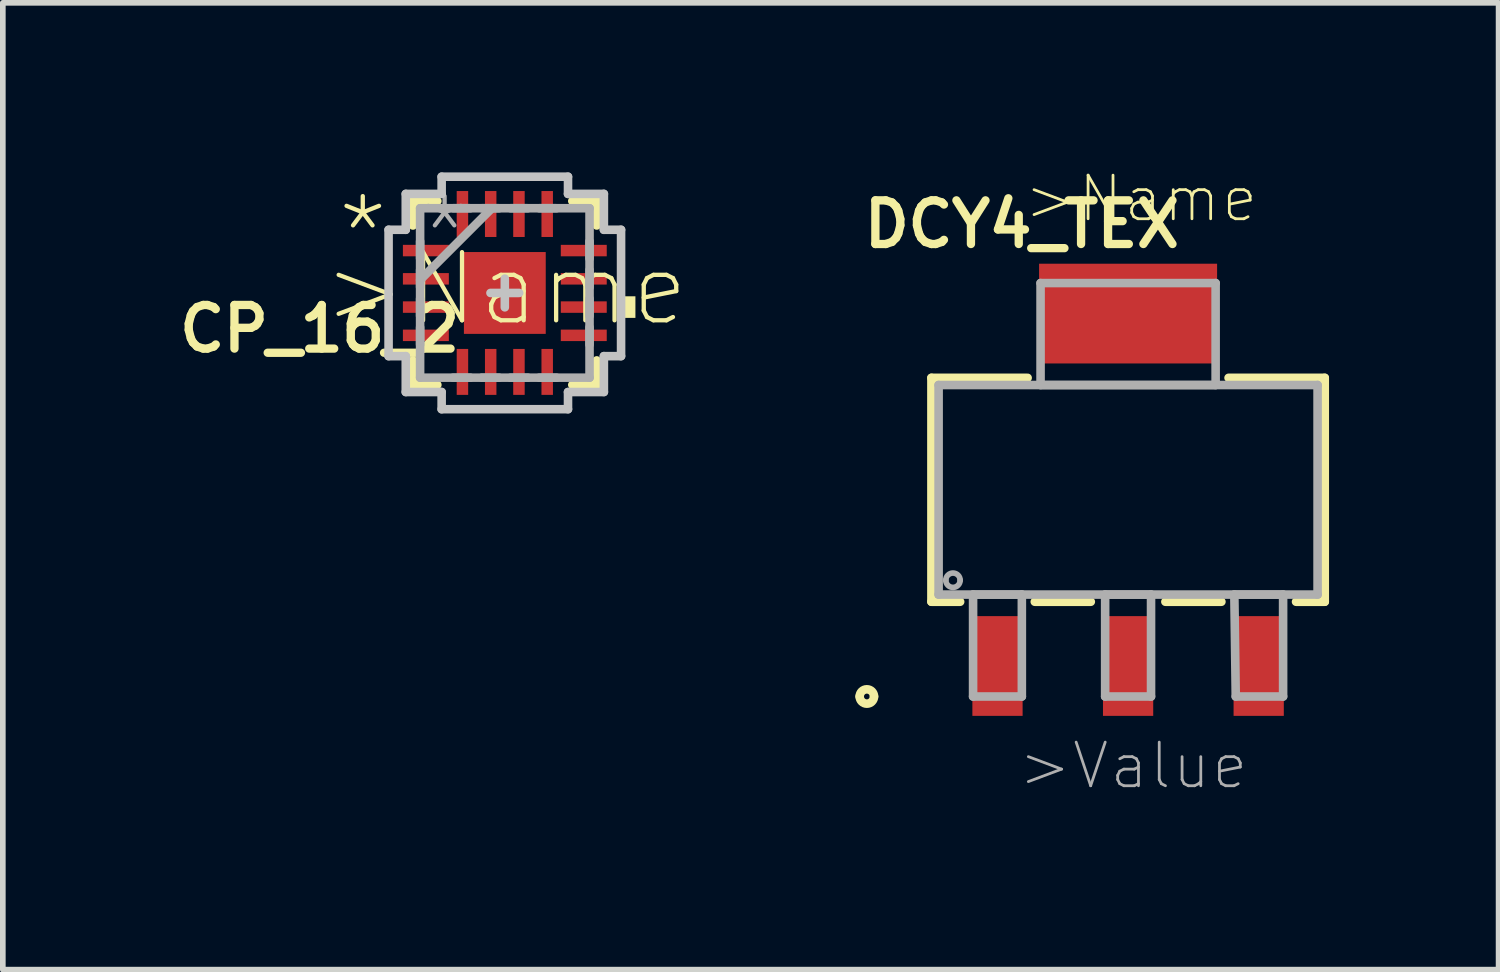
<source format=kicad_pcb>
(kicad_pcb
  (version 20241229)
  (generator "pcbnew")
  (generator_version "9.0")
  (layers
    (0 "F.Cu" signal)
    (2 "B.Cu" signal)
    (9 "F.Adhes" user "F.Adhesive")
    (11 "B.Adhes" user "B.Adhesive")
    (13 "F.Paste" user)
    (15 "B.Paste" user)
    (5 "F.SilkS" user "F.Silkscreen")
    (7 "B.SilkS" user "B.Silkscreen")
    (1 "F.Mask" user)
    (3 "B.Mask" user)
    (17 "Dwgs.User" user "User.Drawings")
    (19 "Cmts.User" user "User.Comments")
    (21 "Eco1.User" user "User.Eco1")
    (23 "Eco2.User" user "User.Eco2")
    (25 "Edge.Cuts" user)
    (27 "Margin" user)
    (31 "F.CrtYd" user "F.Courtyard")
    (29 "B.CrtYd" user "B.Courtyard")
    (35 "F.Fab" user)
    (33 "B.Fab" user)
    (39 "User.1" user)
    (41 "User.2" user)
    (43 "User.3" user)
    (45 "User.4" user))
  (footprint "DCY4_TEX"
    (layer "F.Cu")
    (at 16.912 5.617)
    (property "Reference" "DCY4_TEX" (at -1.88 -4.699 180) (layer "F.SilkS") (effects (font (size 0.772 0.772) (thickness 0.147))))
    (attr through_hole)
    (fp_line (start -3.48 -1.981) (end -3.48 1.981) (stroke (width 0.152) (type solid)) (layer "F.SilkS"))
    (fp_line (start -3.48 1.981) (end -2.972 1.981) (stroke (width 0.152) (type solid)) (layer "F.SilkS"))
    (fp_line (start -1.778 -1.981) (end -3.48 -1.981) (stroke (width 0.152) (type solid)) (layer "F.SilkS"))
    (fp_line (start -1.651 1.981) (end -0.66 1.981) (stroke (width 0.152) (type solid)) (layer "F.SilkS"))
    (fp_line (start 0.66 1.981) (end 1.651 1.981) (stroke (width 0.152) (type solid)) (layer "F.SilkS"))
    (fp_line (start 2.972 1.981) (end 3.48 1.981) (stroke (width 0.152) (type solid)) (layer "F.SilkS"))
    (fp_line (start 3.48 -1.981) (end 1.778 -1.981) (stroke (width 0.152) (type solid)) (layer "F.SilkS"))
    (fp_line (start 3.48 1.981) (end 3.48 -1.981) (stroke (width 0.152) (type solid)) (layer "F.SilkS"))
    (fp_arc (start -4.7498 3.6576) (mid -4.6228 3.5306) (end -4.4958 3.6576) (stroke (width 0.1524) (type solid)) (layer "F.SilkS"))
    (fp_arc (start -4.4958 3.6576) (mid -4.6228 3.7846) (end -4.7498 3.6576) (stroke (width 0.1524) (type solid)) (layer "F.SilkS"))
    (fp_line (start -3.353 -1.854) (end -3.353 1.854) (stroke (width 0.152) (type solid)) (layer "F.Fab"))
    (fp_line (start -3.353 1.854) (end 3.353 1.854) (stroke (width 0.152) (type solid)) (layer "F.Fab"))
    (fp_line (start -2.743 1.854) (end -2.743 3.658) (stroke (width 0.152) (type solid)) (layer "F.Fab"))
    (fp_line (start -2.743 3.658) (end -1.88 3.658) (stroke (width 0.152) (type solid)) (layer "F.Fab"))
    (fp_line (start -1.88 1.854) (end -2.743 1.854) (stroke (width 0.152) (type solid)) (layer "F.Fab"))
    (fp_line (start -1.88 3.658) (end -1.88 1.854) (stroke (width 0.152) (type solid)) (layer "F.Fab"))
    (fp_line (start -1.549 -3.658) (end -1.549 -1.854) (stroke (width 0.152) (type solid)) (layer "F.Fab"))
    (fp_line (start -1.549 -1.854) (end 1.549 -1.854) (stroke (width 0.152) (type solid)) (layer "F.Fab"))
    (fp_line (start -0.406 1.854) (end -0.406 3.658) (stroke (width 0.152) (type solid)) (layer "F.Fab"))
    (fp_line (start -0.406 3.658) (end 0.406 3.658) (stroke (width 0.152) (type solid)) (layer "F.Fab"))
    (fp_line (start 0.406 1.854) (end -0.406 1.854) (stroke (width 0.152) (type solid)) (layer "F.Fab"))
    (fp_line (start 0.406 3.658) (end 0.406 1.854) (stroke (width 0.152) (type solid)) (layer "F.Fab"))
    (fp_line (start 1.549 -3.658) (end -1.549 -3.658) (stroke (width 0.152) (type solid)) (layer "F.Fab"))
    (fp_line (start 1.549 -1.854) (end 1.549 -3.658) (stroke (width 0.152) (type solid)) (layer "F.Fab"))
    (fp_line (start 1.88 1.854) (end 1.905 3.658) (stroke (width 0.152) (type solid)) (layer "F.Fab"))
    (fp_line (start 1.905 3.658) (end 2.743 3.658) (stroke (width 0.152) (type solid)) (layer "F.Fab"))
    (fp_line (start 2.743 1.854) (end 1.88 1.854) (stroke (width 0.152) (type solid)) (layer "F.Fab"))
    (fp_line (start 2.743 3.658) (end 2.743 1.854) (stroke (width 0.152) (type solid)) (layer "F.Fab"))
    (fp_line (start 3.353 -1.854) (end -3.353 -1.854) (stroke (width 0.152) (type solid)) (layer "F.Fab"))
    (fp_line (start 3.353 1.854) (end 3.353 -1.854) (stroke (width 0.152) (type solid)) (layer "F.Fab"))
    (fp_arc (start -3.2258 1.6002) (mid -3.0988 1.4732) (end -2.9718 1.6002) (stroke (width 0.1) (type solid)) (layer "F.Fab"))
    (fp_arc (start -2.9718 1.6002) (mid -3.0988 1.7272) (end -3.2258 1.6002) (stroke (width 0.1) (type solid)) (layer "F.Fab"))
    (fp_text user ">Name" (at -1.88 -4.699 0) (layer "F.SilkS") (effects (font (size 0.772 0.772) (thickness 0.049)) (justify left bottom)))
    (fp_text user ">Value" (at -1.981 5.334 0) (layer "F.Fab") (effects (font (size 0.772 0.772) (thickness 0.049)) (justify left bottom)))
    (pad "1" smd rect (at -2.311 3.118) (size 0.889 1.765) (layers "F.Cu" "F.Mask" "F.Paste"))
    (pad "2" smd rect (at 0 3.118) (size 0.889 1.765) (layers "F.Cu" "F.Mask" "F.Paste"))
    (pad "3" smd rect (at 2.311 3.118) (size 0.889 1.765) (layers "F.Cu" "F.Mask" "F.Paste"))
    (pad "4" smd rect (at 0 -3.118) (size 3.15 1.765) (layers "F.Cu" "F.Mask" "F.Paste")))
  (footprint "CP_16_2"
    (layer "F.Cu")
    (at 5.883 2.134)
    (property "Reference" "CP_16_2" (at -3.277 0.635 0) (layer "F.SilkS") (effects (font (size 0.772 0.772) (thickness 0.147))))
    (attr through_hole)
    (fp_line (start -1.626 -1.626) (end -1.626 -1.194) (stroke (width 0.152) (type solid)) (layer "F.SilkS"))
    (fp_line (start -1.626 1.194) (end -1.626 1.626) (stroke (width 0.152) (type solid)) (layer "F.SilkS"))
    (fp_line (start -1.626 1.626) (end -1.194 1.626) (stroke (width 0.152) (type solid)) (layer "F.SilkS"))
    (fp_line (start -1.194 -1.626) (end -1.626 -1.626) (stroke (width 0.152) (type solid)) (layer "F.SilkS"))
    (fp_line (start 1.194 1.626) (end 1.626 1.626) (stroke (width 0.152) (type solid)) (layer "F.SilkS"))
    (fp_line (start 1.626 -1.626) (end 1.194 -1.626) (stroke (width 0.152) (type solid)) (layer "F.SilkS"))
    (fp_line (start 1.626 -1.194) (end 1.626 -1.626) (stroke (width 0.152) (type solid)) (layer "F.SilkS"))
    (fp_line (start 1.626 1.626) (end 1.626 1.194) (stroke (width 0.152) (type solid)) (layer "F.SilkS"))
    (fp_poly (pts (xy 2.311 0.059) (xy 2.311 0.441) (xy 2.057 0.441) (xy 2.057 0.059)) (stroke (width 0) (type solid)) (fill yes) (layer "F.SilkS"))
    (fp_poly (pts (xy -0.724 -0.724) (xy -0.724 0.724) (xy 0.724 0.724) (xy 0.724 -0.724)) (stroke (width 0) (type solid)) (fill yes) (layer "F.Paste"))
    (fp_line (start -2.057 -1.118) (end -1.753 -1.118) (stroke (width 0.152) (type solid)) (layer "Dwgs.User"))
    (fp_line (start -2.057 1.118) (end -2.057 -1.118) (stroke (width 0.152) (type solid)) (layer "Dwgs.User"))
    (fp_line (start -1.753 -1.753) (end -1.118 -1.753) (stroke (width 0.152) (type solid)) (layer "Dwgs.User"))
    (fp_line (start -1.753 -1.118) (end -1.753 -1.753) (stroke (width 0.152) (type solid)) (layer "Dwgs.User"))
    (fp_line (start -1.753 1.118) (end -2.057 1.118) (stroke (width 0.152) (type solid)) (layer "Dwgs.User"))
    (fp_line (start -1.753 1.753) (end -1.753 1.118) (stroke (width 0.152) (type solid)) (layer "Dwgs.User"))
    (fp_line (start -1.118 -2.057) (end 1.118 -2.057) (stroke (width 0.152) (type solid)) (layer "Dwgs.User"))
    (fp_line (start -1.118 -1.753) (end -1.118 -2.057) (stroke (width 0.152) (type solid)) (layer "Dwgs.User"))
    (fp_line (start -1.118 1.753) (end -1.753 1.753) (stroke (width 0.152) (type solid)) (layer "Dwgs.User"))
    (fp_line (start -1.118 2.057) (end -1.118 1.753) (stroke (width 0.152) (type solid)) (layer "Dwgs.User"))
    (fp_line (start -0.254 0) (end 0.254 0) (stroke (width 0.152) (type solid)) (layer "Dwgs.User"))
    (fp_line (start 0 0.254) (end 0 -0.254) (stroke (width 0.152) (type solid)) (layer "Dwgs.User"))
    (fp_line (start 1.118 -2.057) (end 1.118 -1.753) (stroke (width 0.152) (type solid)) (layer "Dwgs.User"))
    (fp_line (start 1.118 -1.753) (end 1.753 -1.753) (stroke (width 0.152) (type solid)) (layer "Dwgs.User"))
    (fp_line (start 1.118 1.753) (end 1.118 2.057) (stroke (width 0.152) (type solid)) (layer "Dwgs.User"))
    (fp_line (start 1.118 2.057) (end -1.118 2.057) (stroke (width 0.152) (type solid)) (layer "Dwgs.User"))
    (fp_line (start 1.753 -1.753) (end 1.753 -1.118) (stroke (width 0.152) (type solid)) (layer "Dwgs.User"))
    (fp_line (start 1.753 -1.118) (end 2.057 -1.118) (stroke (width 0.152) (type solid)) (layer "Dwgs.User"))
    (fp_line (start 1.753 1.118) (end 1.753 1.753) (stroke (width 0.152) (type solid)) (layer "Dwgs.User"))
    (fp_line (start 1.753 1.753) (end 1.118 1.753) (stroke (width 0.152) (type solid)) (layer "Dwgs.User"))
    (fp_line (start 2.057 -1.118) (end 2.057 1.118) (stroke (width 0.152) (type solid)) (layer "Dwgs.User"))
    (fp_line (start 2.057 1.118) (end 1.753 1.118) (stroke (width 0.152) (type solid)) (layer "Dwgs.User"))
    (fp_poly (pts (xy -1.753 1.753) (xy -1.753 1.106) (xy -2.057 1.106) (xy -2.057 -1.106) (xy -1.753 -1.106) (xy -1.753 -1.753) (xy -1.106 -1.753) (xy -1.106 -2.057) (xy 1.106 -2.057) (xy 1.106 -1.753) (xy 1.753 -1.753) (xy 1.753 -1.106) (xy 2.057 -1.106) (xy 2.057 1.106) (xy 1.753 1.106) (xy 1.753 1.753) (xy 1.106 1.753) (xy 1.106 2.057) (xy -1.106 2.057) (xy -1.106 1.753)) (stroke (width 0.1) (type solid)) (fill no) (layer "Dwgs.User"))
    (fp_line (start -1.499 -1.499) (end -1.499 1.499) (stroke (width 0.152) (type solid)) (layer "F.Fab"))
    (fp_line (start -1.499 -0.914) (end -1.499 -0.61) (stroke (width 0.152) (type solid)) (layer "F.Fab"))
    (fp_line (start -1.499 -0.406) (end -1.499 -0.102) (stroke (width 0.152) (type solid)) (layer "F.Fab"))
    (fp_line (start -1.499 -0.229) (end -0.229 -1.499) (stroke (width 0.152) (type solid)) (layer "F.Fab"))
    (fp_line (start -1.499 0.102) (end -1.499 0.406) (stroke (width 0.152) (type solid)) (layer "F.Fab"))
    (fp_line (start -1.499 0.61) (end -1.499 0.914) (stroke (width 0.152) (type solid)) (layer "F.Fab"))
    (fp_line (start -1.499 1.499) (end 1.499 1.499) (stroke (width 0.152) (type solid)) (layer "F.Fab"))
    (fp_line (start -0.914 1.499) (end -0.61 1.499) (stroke (width 0.152) (type solid)) (layer "F.Fab"))
    (fp_line (start -0.61 -1.499) (end -0.914 -1.499) (stroke (width 0.152) (type solid)) (layer "F.Fab"))
    (fp_line (start -0.406 1.499) (end -0.102 1.499) (stroke (width 0.152) (type solid)) (layer "F.Fab"))
    (fp_line (start -0.102 -1.499) (end -0.406 -1.499) (stroke (width 0.152) (type solid)) (layer "F.Fab"))
    (fp_line (start 0.102 1.499) (end 0.406 1.499) (stroke (width 0.152) (type solid)) (layer "F.Fab"))
    (fp_line (start 0.406 -1.499) (end 0.102 -1.499) (stroke (width 0.152) (type solid)) (layer "F.Fab"))
    (fp_line (start 0.61 1.499) (end 0.914 1.499) (stroke (width 0.152) (type solid)) (layer "F.Fab"))
    (fp_line (start 0.914 -1.499) (end 0.61 -1.499) (stroke (width 0.152) (type solid)) (layer "F.Fab"))
    (fp_line (start 1.499 -1.499) (end -1.499 -1.499) (stroke (width 0.152) (type solid)) (layer "F.Fab"))
    (fp_line (start 1.499 -0.61) (end 1.499 -0.914) (stroke (width 0.152) (type solid)) (layer "F.Fab"))
    (fp_line (start 1.499 -0.102) (end 1.499 -0.406) (stroke (width 0.152) (type solid)) (layer "F.Fab"))
    (fp_line (start 1.499 0.406) (end 1.499 0.102) (stroke (width 0.152) (type solid)) (layer "F.Fab"))
    (fp_line (start 1.499 0.914) (end 1.499 0.61) (stroke (width 0.152) (type solid)) (layer "F.Fab"))
    (fp_line (start 1.499 1.499) (end 1.499 -1.499) (stroke (width 0.152) (type solid)) (layer "F.Fab"))
    (fp_text user ">Name" (at -3.277 0.635 0) (layer "F.SilkS") (effects (font (size 1.206 1.206) (thickness 0.076)) (justify left bottom)))
    (fp_text user "*" (at -3.023 -0.356 0) (layer "F.SilkS") (effects (font (size 1.206 1.206) (thickness 0.076)) (justify left bottom)))
    (fp_text user "*" (at -1.575 -0.356 0) (layer "F.Fab") (effects (font (size 1.206 1.206) (thickness 0.076)) (justify left bottom)))
    (pad "1" smd rect (at -1.397 -0.75 270) (size 0.203 0.813) (layers "F.Cu" "F.Mask" "F.Paste"))
    (pad "2" smd rect (at -1.397 -0.25 270) (size 0.203 0.813) (layers "F.Cu" "F.Mask" "F.Paste"))
    (pad "3" smd rect (at -1.397 0.25 270) (size 0.203 0.813) (layers "F.Cu" "F.Mask" "F.Paste"))
    (pad "4" smd rect (at -1.397 0.75 270) (size 0.203 0.813) (layers "F.Cu" "F.Mask" "F.Paste"))
    (pad "5" smd rect (at -0.75 1.397 180) (size 0.203 0.813) (layers "F.Cu" "F.Mask" "F.Paste"))
    (pad "6" smd rect (at -0.25 1.397 180) (size 0.203 0.813) (layers "F.Cu" "F.Mask" "F.Paste"))
    (pad "7" smd rect (at 0.25 1.397 180) (size 0.203 0.813) (layers "F.Cu" "F.Mask" "F.Paste"))
    (pad "8" smd rect (at 0.75 1.397 180) (size 0.203 0.813) (layers "F.Cu" "F.Mask" "F.Paste"))
    (pad "9" smd rect (at 1.397 0.75 270) (size 0.203 0.813) (layers "F.Cu" "F.Mask" "F.Paste"))
    (pad "10" smd rect (at 1.397 0.25 270) (size 0.203 0.813) (layers "F.Cu" "F.Mask" "F.Paste"))
    (pad "11" smd rect (at 1.397 -0.25 270) (size 0.203 0.813) (layers "F.Cu" "F.Mask" "F.Paste"))
    (pad "12" smd rect (at 1.397 -0.75 270) (size 0.203 0.813) (layers "F.Cu" "F.Mask" "F.Paste"))
    (pad "13" smd rect (at 0.75 -1.397 180) (size 0.203 0.813) (layers "F.Cu" "F.Mask" "F.Paste"))
    (pad "14" smd rect (at 0.25 -1.397 180) (size 0.203 0.813) (layers "F.Cu" "F.Mask" "F.Paste"))
    (pad "15" smd rect (at -0.25 -1.397 180) (size 0.203 0.813) (layers "F.Cu" "F.Mask" "F.Paste"))
    (pad "16" smd rect (at -0.75 -1.397 180) (size 0.203 0.813) (layers "F.Cu" "F.Mask" "F.Paste"))
    (pad "17" smd rect (at 0 0) (size 1.448 1.448) (layers "F.Cu" "F.Mask")))
  (gr_rect
    (start -3 -3)
    (end 23.468 14.108)
    (stroke (width 0.1) (type default))
    (fill no)
    (layer "Edge.Cuts")))
</source>
